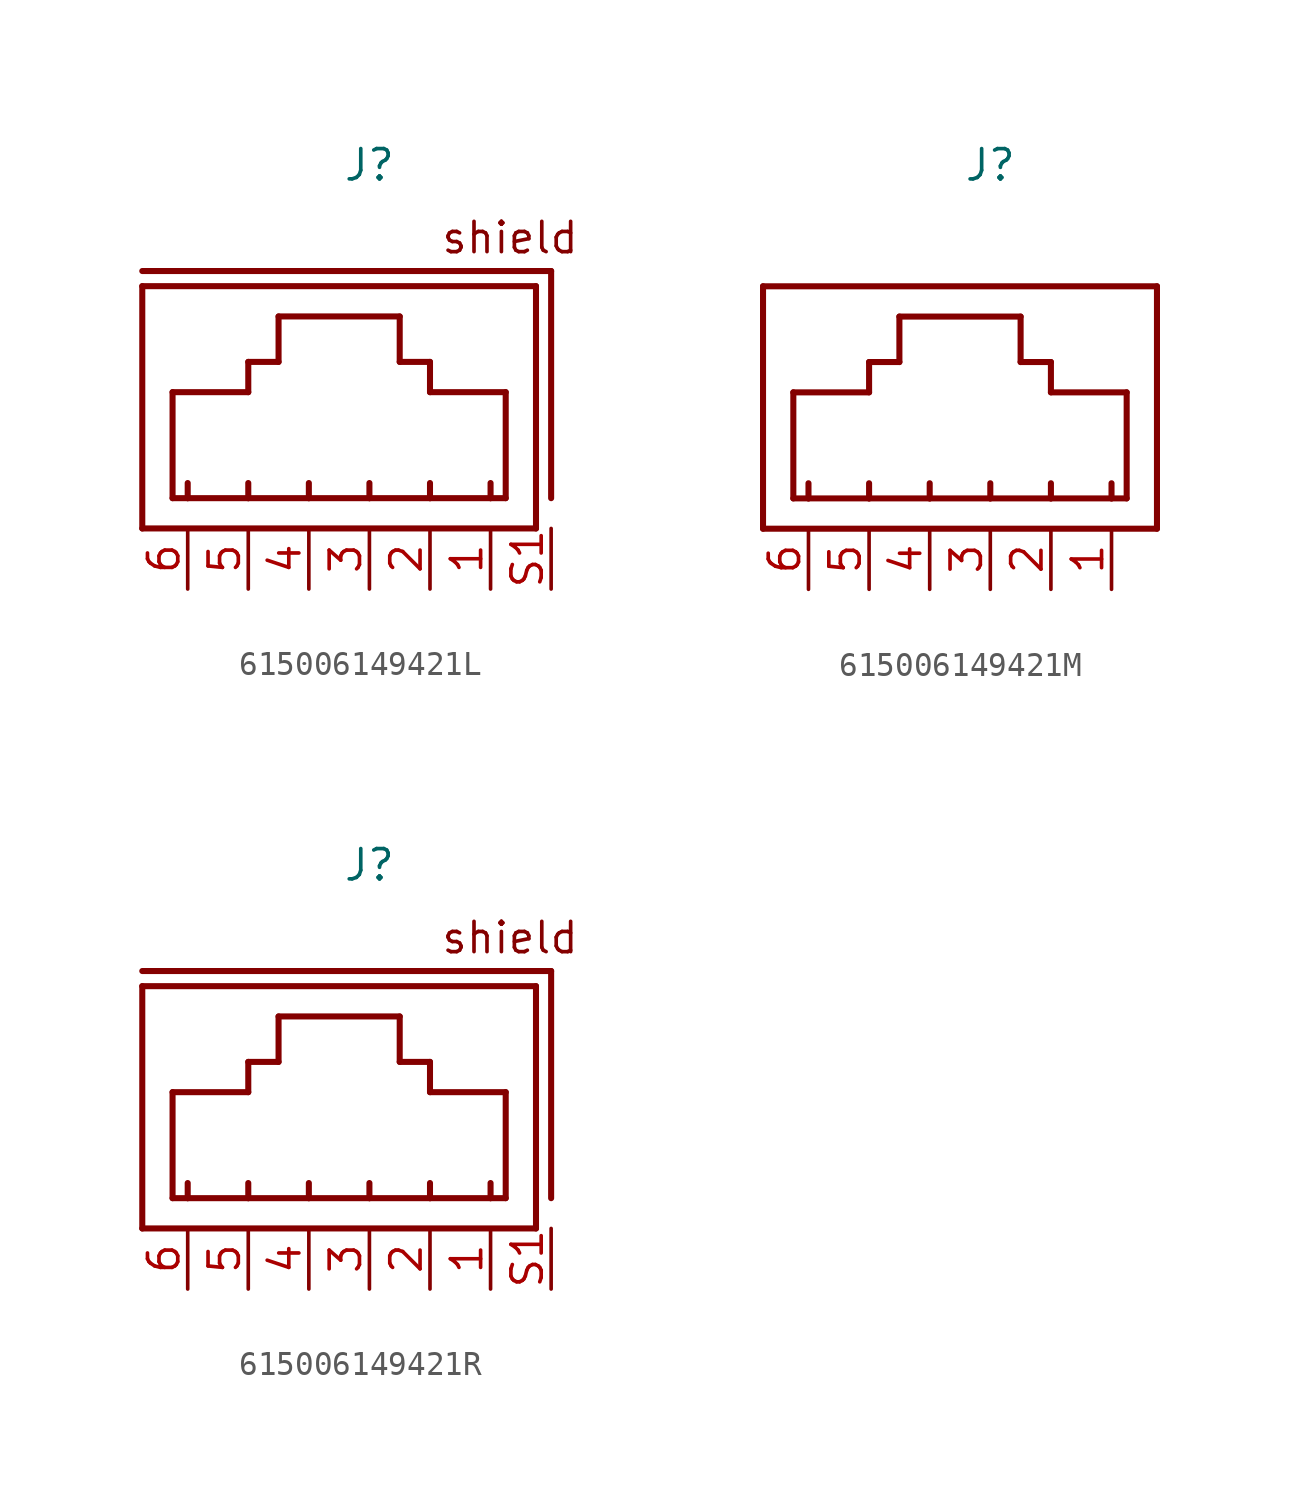
<source format=kicad_sym>
(kicad_symbol_lib
  (version 20241209)
  (generator "kicad_symbol_editor")
  (generator_version "9.0")
  (symbol "615006149421L"
    (pin_names
      (hide yes))
    (property "Reference" "J"
      (at 0 10.16 0)
      (effects (font (size 1.27 1.27))))
    (symbol "615006149421L_1_0"
      (polyline (pts (xy -9.525 5.715) (xy 7.62 5.715)) (stroke (width 0.254) (type solid)) (fill (type none)))
      (polyline (pts (xy -9.525 5.08) (xy 6.985 5.08)) (stroke (width 0.254) (type solid)) (fill (type none)))
      (polyline (pts (xy -9.525 -5.08) (xy -9.525 5.08)) (stroke (width 0.254) (type solid)) (fill (type none)))
      (polyline (pts (xy -8.255 0.635) (xy -5.08 0.635)) (stroke (width 0.254) (type solid)) (fill (type none)))
      (polyline (pts (xy -8.255 -3.81) (xy -8.255 0.635)) (stroke (width 0.254) (type solid)) (fill (type none)))
      (polyline (pts (xy -7.62 -3.81) (xy -8.255 -3.81)) (stroke (width 0.254) (type solid)) (fill (type none)))
      (polyline (pts (xy -7.62 -3.81) (xy -7.62 -3.175)) (stroke (width 0.254) (type solid)) (fill (type none)))
      (polyline (pts (xy -5.08 1.905) (xy -3.81 1.905)) (stroke (width 0.254) (type solid)) (fill (type none)))
      (polyline (pts (xy -5.08 0.635) (xy -5.08 1.905)) (stroke (width 0.254) (type solid)) (fill (type none)))
      (polyline (pts (xy -5.08 -3.81) (xy -7.62 -3.81)) (stroke (width 0.254) (type solid)) (fill (type none)))
      (polyline (pts (xy -5.08 -3.81) (xy -5.08 -3.175)) (stroke (width 0.254) (type solid)) (fill (type none)))
      (polyline (pts (xy -3.81 3.81) (xy 1.27 3.81)) (stroke (width 0.254) (type solid)) (fill (type none)))
      (polyline (pts (xy -3.81 1.905) (xy -3.81 3.81)) (stroke (width 0.254) (type solid)) (fill (type none)))
      (polyline (pts (xy -2.54 -3.81) (xy -5.08 -3.81)) (stroke (width 0.254) (type solid)) (fill (type none)))
      (polyline (pts (xy -2.54 -3.81) (xy -2.54 -3.175)) (stroke (width 0.254) (type solid)) (fill (type none)))
      (polyline (pts (xy 0 -3.81) (xy -2.54 -3.81)) (stroke (width 0.254) (type solid)) (fill (type none)))
      (polyline (pts (xy 0 -3.81) (xy 0 -3.175)) (stroke (width 0.254) (type solid)) (fill (type none)))
      (polyline (pts (xy 1.27 1.905) (xy 1.27 3.81)) (stroke (width 0.254) (type solid)) (fill (type none)))
      (polyline (pts (xy 2.54 1.905) (xy 1.27 1.905)) (stroke (width 0.254) (type solid)) (fill (type none)))
      (polyline (pts (xy 2.54 0.635) (xy 2.54 1.905)) (stroke (width 0.254) (type solid)) (fill (type none)))
      (polyline (pts (xy 2.54 -3.81) (xy 0 -3.81)) (stroke (width 0.254) (type solid)) (fill (type none)))
      (polyline (pts (xy 2.54 -3.81) (xy 2.54 -3.175)) (stroke (width 0.254) (type solid)) (fill (type none)))
      (polyline (pts (xy 5.08 -3.81) (xy 2.54 -3.81)) (stroke (width 0.254) (type solid)) (fill (type none)))
      (polyline (pts (xy 5.08 -3.81) (xy 5.08 -3.175)) (stroke (width 0.254) (type solid)) (fill (type none)))
      (polyline (pts (xy 5.715 0.635) (xy 2.54 0.635)) (stroke (width 0.254) (type solid)) (fill (type none)))
      (polyline (pts (xy 5.715 0.635) (xy 5.715 -3.81)) (stroke (width 0.254) (type solid)) (fill (type none)))
      (polyline (pts (xy 5.715 -3.81) (xy 5.08 -3.81)) (stroke (width 0.254) (type solid)) (fill (type none)))
      (polyline (pts (xy 6.985 5.08) (xy 6.985 -5.08)) (stroke (width 0.254) (type solid)) (fill (type none)))
      (polyline (pts (xy 6.985 -5.08) (xy -9.525 -5.08)) (stroke (width 0.254) (type solid)) (fill (type none)))
      (polyline (pts (xy 7.62 5.715) (xy 7.62 -3.81)) (stroke (width 0.254) (type solid)) (fill (type none)))
      (text "shield" (at 2.955 6.365 0) (effects (font (size 1.27 1.27)) (justify left bottom)))
      (pin passive line (at -7.62 -7.62 90) (length 2.54) (name "6" (effects (font (size 1.27 1.27)))) (number "6" (effects (font (size 1.27 1.27)))))
      (pin passive line (at -5.08 -7.62 90) (length 2.54) (name "5" (effects (font (size 1.27 1.27)))) (number "5" (effects (font (size 1.27 1.27)))))
      (pin passive line (at -2.54 -7.62 90) (length 2.54) (name "4" (effects (font (size 1.27 1.27)))) (number "4" (effects (font (size 1.27 1.27)))))
      (pin passive line (at 0 -7.62 90) (length 2.54) (name "3" (effects (font (size 1.27 1.27)))) (number "3" (effects (font (size 1.27 1.27)))))
      (pin passive line (at 2.54 -7.62 90) (length 2.54) (name "2" (effects (font (size 1.27 1.27)))) (number "2" (effects (font (size 1.27 1.27)))))
      (pin passive line (at 5.08 -7.62 90) (length 2.54) (name "1" (effects (font (size 1.27 1.27)))) (number "1" (effects (font (size 1.27 1.27)))))
      (pin passive line (at 7.62 -7.62 90) (length 2.54) (name "SHIELD" (effects (font (size 1.27 1.27)))) (number "S1" (effects (font (size 1.27 1.27)))))))
  (symbol "615006149421M"
    (pin_names
      (hide yes))
    (property "Reference" "J"
      (at 0 10.16 0)
      (effects (font (size 1.27 1.27))))
    (symbol "615006149421M_1_0"
      (polyline (pts (xy -9.525 5.08) (xy 6.985 5.08)) (stroke (width 0.254) (type solid)) (fill (type none)))
      (polyline (pts (xy -9.525 -5.08) (xy -9.525 5.08)) (stroke (width 0.254) (type solid)) (fill (type none)))
      (polyline (pts (xy -8.255 0.635) (xy -5.08 0.635)) (stroke (width 0.254) (type solid)) (fill (type none)))
      (polyline (pts (xy -8.255 -3.81) (xy -8.255 0.635)) (stroke (width 0.254) (type solid)) (fill (type none)))
      (polyline (pts (xy -7.62 -3.81) (xy -8.255 -3.81)) (stroke (width 0.254) (type solid)) (fill (type none)))
      (polyline (pts (xy -7.62 -3.81) (xy -7.62 -3.175)) (stroke (width 0.254) (type solid)) (fill (type none)))
      (polyline (pts (xy -5.08 1.905) (xy -3.81 1.905)) (stroke (width 0.254) (type solid)) (fill (type none)))
      (polyline (pts (xy -5.08 0.635) (xy -5.08 1.905)) (stroke (width 0.254) (type solid)) (fill (type none)))
      (polyline (pts (xy -5.08 -3.81) (xy -7.62 -3.81)) (stroke (width 0.254) (type solid)) (fill (type none)))
      (polyline (pts (xy -5.08 -3.81) (xy -5.08 -3.175)) (stroke (width 0.254) (type solid)) (fill (type none)))
      (polyline (pts (xy -3.81 3.81) (xy 1.27 3.81)) (stroke (width 0.254) (type solid)) (fill (type none)))
      (polyline (pts (xy -3.81 1.905) (xy -3.81 3.81)) (stroke (width 0.254) (type solid)) (fill (type none)))
      (polyline (pts (xy -2.54 -3.81) (xy -5.08 -3.81)) (stroke (width 0.254) (type solid)) (fill (type none)))
      (polyline (pts (xy -2.54 -3.81) (xy -2.54 -3.175)) (stroke (width 0.254) (type solid)) (fill (type none)))
      (polyline (pts (xy 0 -3.81) (xy -2.54 -3.81)) (stroke (width 0.254) (type solid)) (fill (type none)))
      (polyline (pts (xy 0 -3.81) (xy 0 -3.175)) (stroke (width 0.254) (type solid)) (fill (type none)))
      (polyline (pts (xy 1.27 1.905) (xy 1.27 3.81)) (stroke (width 0.254) (type solid)) (fill (type none)))
      (polyline (pts (xy 2.54 1.905) (xy 1.27 1.905)) (stroke (width 0.254) (type solid)) (fill (type none)))
      (polyline (pts (xy 2.54 0.635) (xy 2.54 1.905)) (stroke (width 0.254) (type solid)) (fill (type none)))
      (polyline (pts (xy 2.54 -3.81) (xy 0 -3.81)) (stroke (width 0.254) (type solid)) (fill (type none)))
      (polyline (pts (xy 2.54 -3.81) (xy 2.54 -3.175)) (stroke (width 0.254) (type solid)) (fill (type none)))
      (polyline (pts (xy 5.08 -3.81) (xy 2.54 -3.81)) (stroke (width 0.254) (type solid)) (fill (type none)))
      (polyline (pts (xy 5.08 -3.81) (xy 5.08 -3.175)) (stroke (width 0.254) (type solid)) (fill (type none)))
      (polyline (pts (xy 5.715 0.635) (xy 2.54 0.635)) (stroke (width 0.254) (type solid)) (fill (type none)))
      (polyline (pts (xy 5.715 0.635) (xy 5.715 -3.81)) (stroke (width 0.254) (type solid)) (fill (type none)))
      (polyline (pts (xy 5.715 -3.81) (xy 5.08 -3.81)) (stroke (width 0.254) (type solid)) (fill (type none)))
      (polyline (pts (xy 6.985 5.08) (xy 6.985 -5.08)) (stroke (width 0.254) (type solid)) (fill (type none)))
      (polyline (pts (xy 6.985 -5.08) (xy -9.525 -5.08)) (stroke (width 0.254) (type solid)) (fill (type none)))
      (pin passive line (at -7.62 -7.62 90) (length 2.54) (name "6" (effects (font (size 1.27 1.27)))) (number "6" (effects (font (size 1.27 1.27)))))
      (pin passive line (at -5.08 -7.62 90) (length 2.54) (name "5" (effects (font (size 1.27 1.27)))) (number "5" (effects (font (size 1.27 1.27)))))
      (pin passive line (at -2.54 -7.62 90) (length 2.54) (name "4" (effects (font (size 1.27 1.27)))) (number "4" (effects (font (size 1.27 1.27)))))
      (pin passive line (at 0 -7.62 90) (length 2.54) (name "3" (effects (font (size 1.27 1.27)))) (number "3" (effects (font (size 1.27 1.27)))))
      (pin passive line (at 2.54 -7.62 90) (length 2.54) (name "2" (effects (font (size 1.27 1.27)))) (number "2" (effects (font (size 1.27 1.27)))))
      (pin passive line (at 5.08 -7.62 90) (length 2.54) (name "1" (effects (font (size 1.27 1.27)))) (number "1" (effects (font (size 1.27 1.27)))))))
  (symbol "615006149421R"
    (pin_names
      (hide yes))
    (property "Reference" "J"
      (at 0 10.16 0)
      (effects (font (size 1.27 1.27))))
    (symbol "615006149421R_1_0"
      (polyline (pts (xy -9.525 5.715) (xy 7.62 5.715)) (stroke (width 0.254) (type solid)) (fill (type none)))
      (polyline (pts (xy -9.525 5.08) (xy 6.985 5.08)) (stroke (width 0.254) (type solid)) (fill (type none)))
      (polyline (pts (xy -9.525 -5.08) (xy -9.525 5.08)) (stroke (width 0.254) (type solid)) (fill (type none)))
      (polyline (pts (xy -8.255 0.635) (xy -5.08 0.635)) (stroke (width 0.254) (type solid)) (fill (type none)))
      (polyline (pts (xy -8.255 -3.81) (xy -8.255 0.635)) (stroke (width 0.254) (type solid)) (fill (type none)))
      (polyline (pts (xy -7.62 -3.81) (xy -8.255 -3.81)) (stroke (width 0.254) (type solid)) (fill (type none)))
      (polyline (pts (xy -7.62 -3.81) (xy -7.62 -3.175)) (stroke (width 0.254) (type solid)) (fill (type none)))
      (polyline (pts (xy -5.08 1.905) (xy -3.81 1.905)) (stroke (width 0.254) (type solid)) (fill (type none)))
      (polyline (pts (xy -5.08 0.635) (xy -5.08 1.905)) (stroke (width 0.254) (type solid)) (fill (type none)))
      (polyline (pts (xy -5.08 -3.81) (xy -7.62 -3.81)) (stroke (width 0.254) (type solid)) (fill (type none)))
      (polyline (pts (xy -5.08 -3.81) (xy -5.08 -3.175)) (stroke (width 0.254) (type solid)) (fill (type none)))
      (polyline (pts (xy -3.81 3.81) (xy 1.27 3.81)) (stroke (width 0.254) (type solid)) (fill (type none)))
      (polyline (pts (xy -3.81 1.905) (xy -3.81 3.81)) (stroke (width 0.254) (type solid)) (fill (type none)))
      (polyline (pts (xy -2.54 -3.81) (xy -5.08 -3.81)) (stroke (width 0.254) (type solid)) (fill (type none)))
      (polyline (pts (xy -2.54 -3.81) (xy -2.54 -3.175)) (stroke (width 0.254) (type solid)) (fill (type none)))
      (polyline (pts (xy 0 -3.81) (xy -2.54 -3.81)) (stroke (width 0.254) (type solid)) (fill (type none)))
      (polyline (pts (xy 0 -3.81) (xy 0 -3.175)) (stroke (width 0.254) (type solid)) (fill (type none)))
      (polyline (pts (xy 1.27 1.905) (xy 1.27 3.81)) (stroke (width 0.254) (type solid)) (fill (type none)))
      (polyline (pts (xy 2.54 1.905) (xy 1.27 1.905)) (stroke (width 0.254) (type solid)) (fill (type none)))
      (polyline (pts (xy 2.54 0.635) (xy 2.54 1.905)) (stroke (width 0.254) (type solid)) (fill (type none)))
      (polyline (pts (xy 2.54 -3.81) (xy 0 -3.81)) (stroke (width 0.254) (type solid)) (fill (type none)))
      (polyline (pts (xy 2.54 -3.81) (xy 2.54 -3.175)) (stroke (width 0.254) (type solid)) (fill (type none)))
      (polyline (pts (xy 5.08 -3.81) (xy 2.54 -3.81)) (stroke (width 0.254) (type solid)) (fill (type none)))
      (polyline (pts (xy 5.08 -3.81) (xy 5.08 -3.175)) (stroke (width 0.254) (type solid)) (fill (type none)))
      (polyline (pts (xy 5.715 0.635) (xy 2.54 0.635)) (stroke (width 0.254) (type solid)) (fill (type none)))
      (polyline (pts (xy 5.715 0.635) (xy 5.715 -3.81)) (stroke (width 0.254) (type solid)) (fill (type none)))
      (polyline (pts (xy 5.715 -3.81) (xy 5.08 -3.81)) (stroke (width 0.254) (type solid)) (fill (type none)))
      (polyline (pts (xy 6.985 5.08) (xy 6.985 -5.08)) (stroke (width 0.254) (type solid)) (fill (type none)))
      (polyline (pts (xy 6.985 -5.08) (xy -9.525 -5.08)) (stroke (width 0.254) (type solid)) (fill (type none)))
      (polyline (pts (xy 7.62 5.715) (xy 7.62 -3.81)) (stroke (width 0.254) (type solid)) (fill (type none)))
      (text "shield" (at 2.955 6.365 0) (effects (font (size 1.27 1.27)) (justify left bottom)))
      (pin passive line (at -7.62 -7.62 90) (length 2.54) (name "6" (effects (font (size 1.27 1.27)))) (number "6" (effects (font (size 1.27 1.27)))))
      (pin passive line (at -5.08 -7.62 90) (length 2.54) (name "5" (effects (font (size 1.27 1.27)))) (number "5" (effects (font (size 1.27 1.27)))))
      (pin passive line (at -2.54 -7.62 90) (length 2.54) (name "4" (effects (font (size 1.27 1.27)))) (number "4" (effects (font (size 1.27 1.27)))))
      (pin passive line (at 0 -7.62 90) (length 2.54) (name "3" (effects (font (size 1.27 1.27)))) (number "3" (effects (font (size 1.27 1.27)))))
      (pin passive line (at 2.54 -7.62 90) (length 2.54) (name "2" (effects (font (size 1.27 1.27)))) (number "2" (effects (font (size 1.27 1.27)))))
      (pin passive line (at 5.08 -7.62 90) (length 2.54) (name "1" (effects (font (size 1.27 1.27)))) (number "1" (effects (font (size 1.27 1.27)))))
      (pin passive line (at 7.62 -7.62 90) (length 2.54) (name "SHIELD" (effects (font (size 1.27 1.27)))) (number "S1" (effects (font (size 1.27 1.27))))))))
</source>
